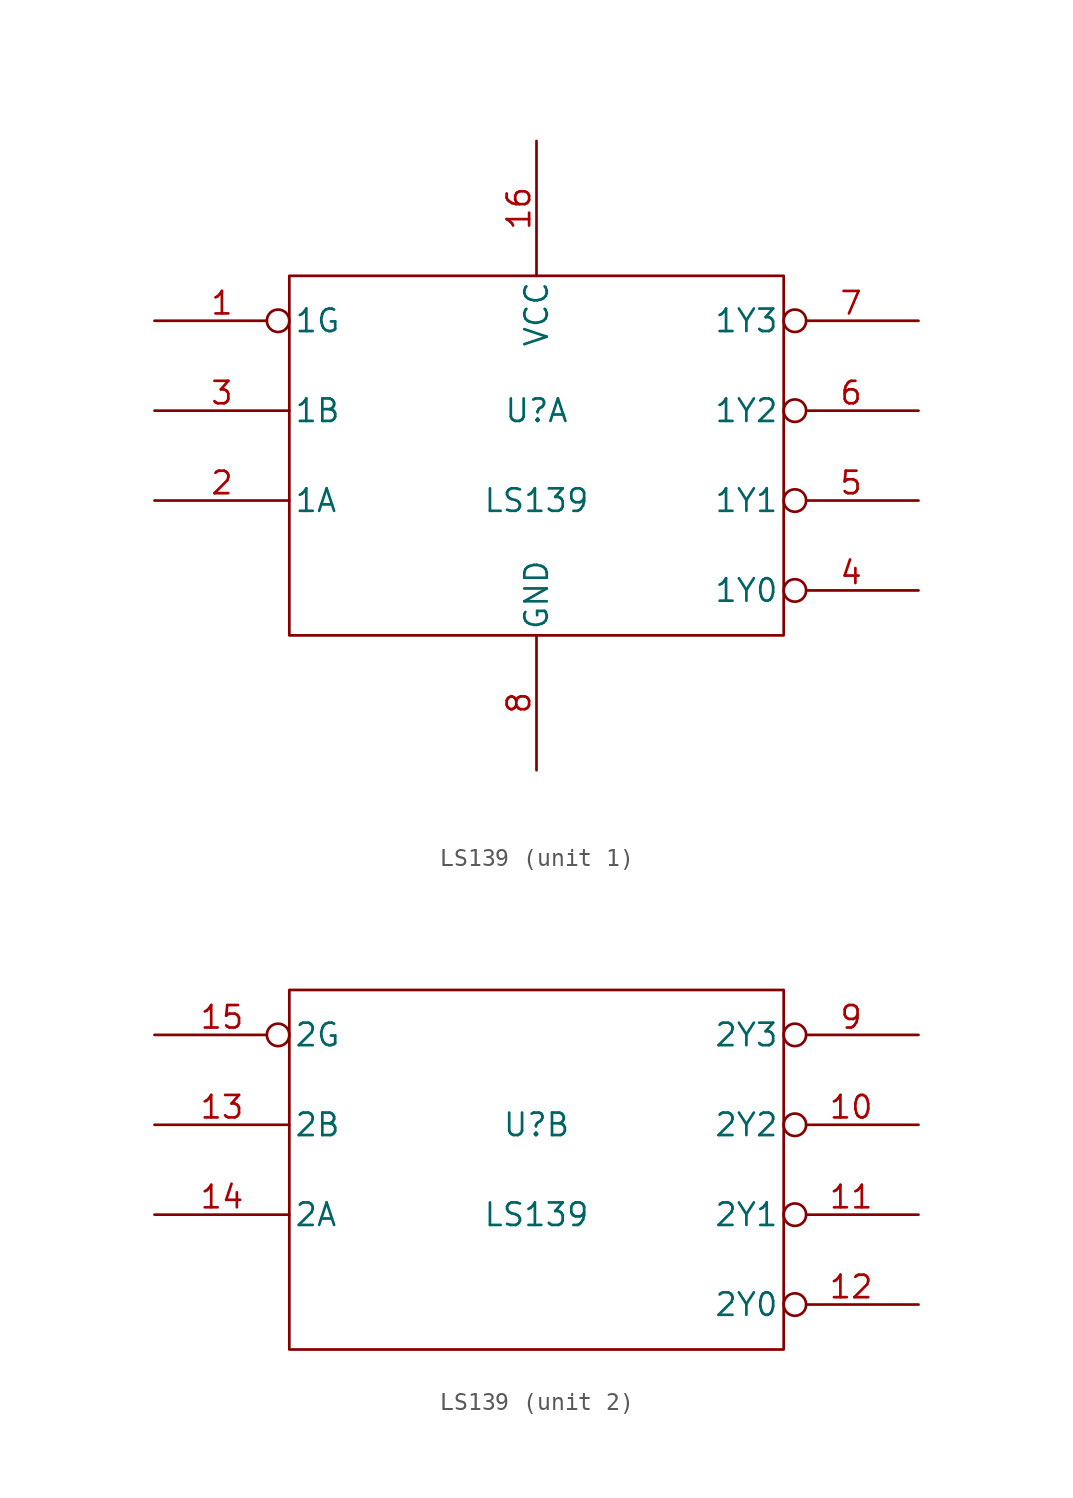
<source format=kicad_sym>
(kicad_symbol_lib
  (version 20211014)
  (generator kicad_symbol_editor)
  (symbol "LS139"
    (pin_names
      (offset 0.254))
    (property "Reference" "U"
      (at 0 2.54 0)
      (effects (font (size 1.27 1.27))))
    (property "Value" "LS139"
      (at 0 -2.54 0)
      (effects (font (size 1.27 1.27))))
    (symbol "LS139_0_0"
      (rectangle (start -13.97 -10.16) (end 13.97 10.16) (stroke (width 0) (type default) (color 0 0 0 0)) (fill (type none))))
    (symbol "LS139_1_1"
      (pin input inverted (at -21.59 7.62 0) (length 7.62) (name "1G" (effects (font (size 1.27 1.27)))) (number "1" (effects (font (size 1.27 1.27)))))
      (pin power_in line (at 0 17.78 270) (length 7.62) (name "VCC" (effects (font (size 1.27 1.27)))) (number "16" (effects (font (size 1.27 1.27)))))
      (pin input line (at -21.59 -2.54 0) (length 7.62) (name "1A" (effects (font (size 1.27 1.27)))) (number "2" (effects (font (size 1.27 1.27)))))
      (pin input line (at -21.59 2.54 0) (length 7.62) (name "1B" (effects (font (size 1.27 1.27)))) (number "3" (effects (font (size 1.27 1.27)))))
      (pin output inverted (at 21.59 -7.62 180) (length 7.62) (name "1Y0" (effects (font (size 1.27 1.27)))) (number "4" (effects (font (size 1.27 1.27)))))
      (pin output inverted (at 21.59 -2.54 180) (length 7.62) (name "1Y1" (effects (font (size 1.27 1.27)))) (number "5" (effects (font (size 1.27 1.27)))))
      (pin output inverted (at 21.59 2.54 180) (length 7.62) (name "1Y2" (effects (font (size 1.27 1.27)))) (number "6" (effects (font (size 1.27 1.27)))))
      (pin output inverted (at 21.59 7.62 180) (length 7.62) (name "1Y3" (effects (font (size 1.27 1.27)))) (number "7" (effects (font (size 1.27 1.27)))))
      (pin power_in line (at 0 -17.78 90) (length 7.62) (name "GND" (effects (font (size 1.27 1.27)))) (number "8" (effects (font (size 1.27 1.27))))))
    (symbol "LS139_2_1"
      (pin output inverted (at 21.59 2.54 180) (length 7.62) (name "2Y2" (effects (font (size 1.27 1.27)))) (number "10" (effects (font (size 1.27 1.27)))))
      (pin output inverted (at 21.59 -2.54 180) (length 7.62) (name "2Y1" (effects (font (size 1.27 1.27)))) (number "11" (effects (font (size 1.27 1.27)))))
      (pin output inverted (at 21.59 -7.62 180) (length 7.62) (name "2Y0" (effects (font (size 1.27 1.27)))) (number "12" (effects (font (size 1.27 1.27)))))
      (pin input line (at -21.59 2.54 0) (length 7.62) (name "2B" (effects (font (size 1.27 1.27)))) (number "13" (effects (font (size 1.27 1.27)))))
      (pin input line (at -21.59 -2.54 0) (length 7.62) (name "2A" (effects (font (size 1.27 1.27)))) (number "14" (effects (font (size 1.27 1.27)))))
      (pin input inverted (at -21.59 7.62 0) (length 7.62) (name "2G" (effects (font (size 1.27 1.27)))) (number "15" (effects (font (size 1.27 1.27)))))
      (pin output inverted (at 21.59 7.62 180) (length 7.62) (name "2Y3" (effects (font (size 1.27 1.27)))) (number "9" (effects (font (size 1.27 1.27))))))))
</source>
